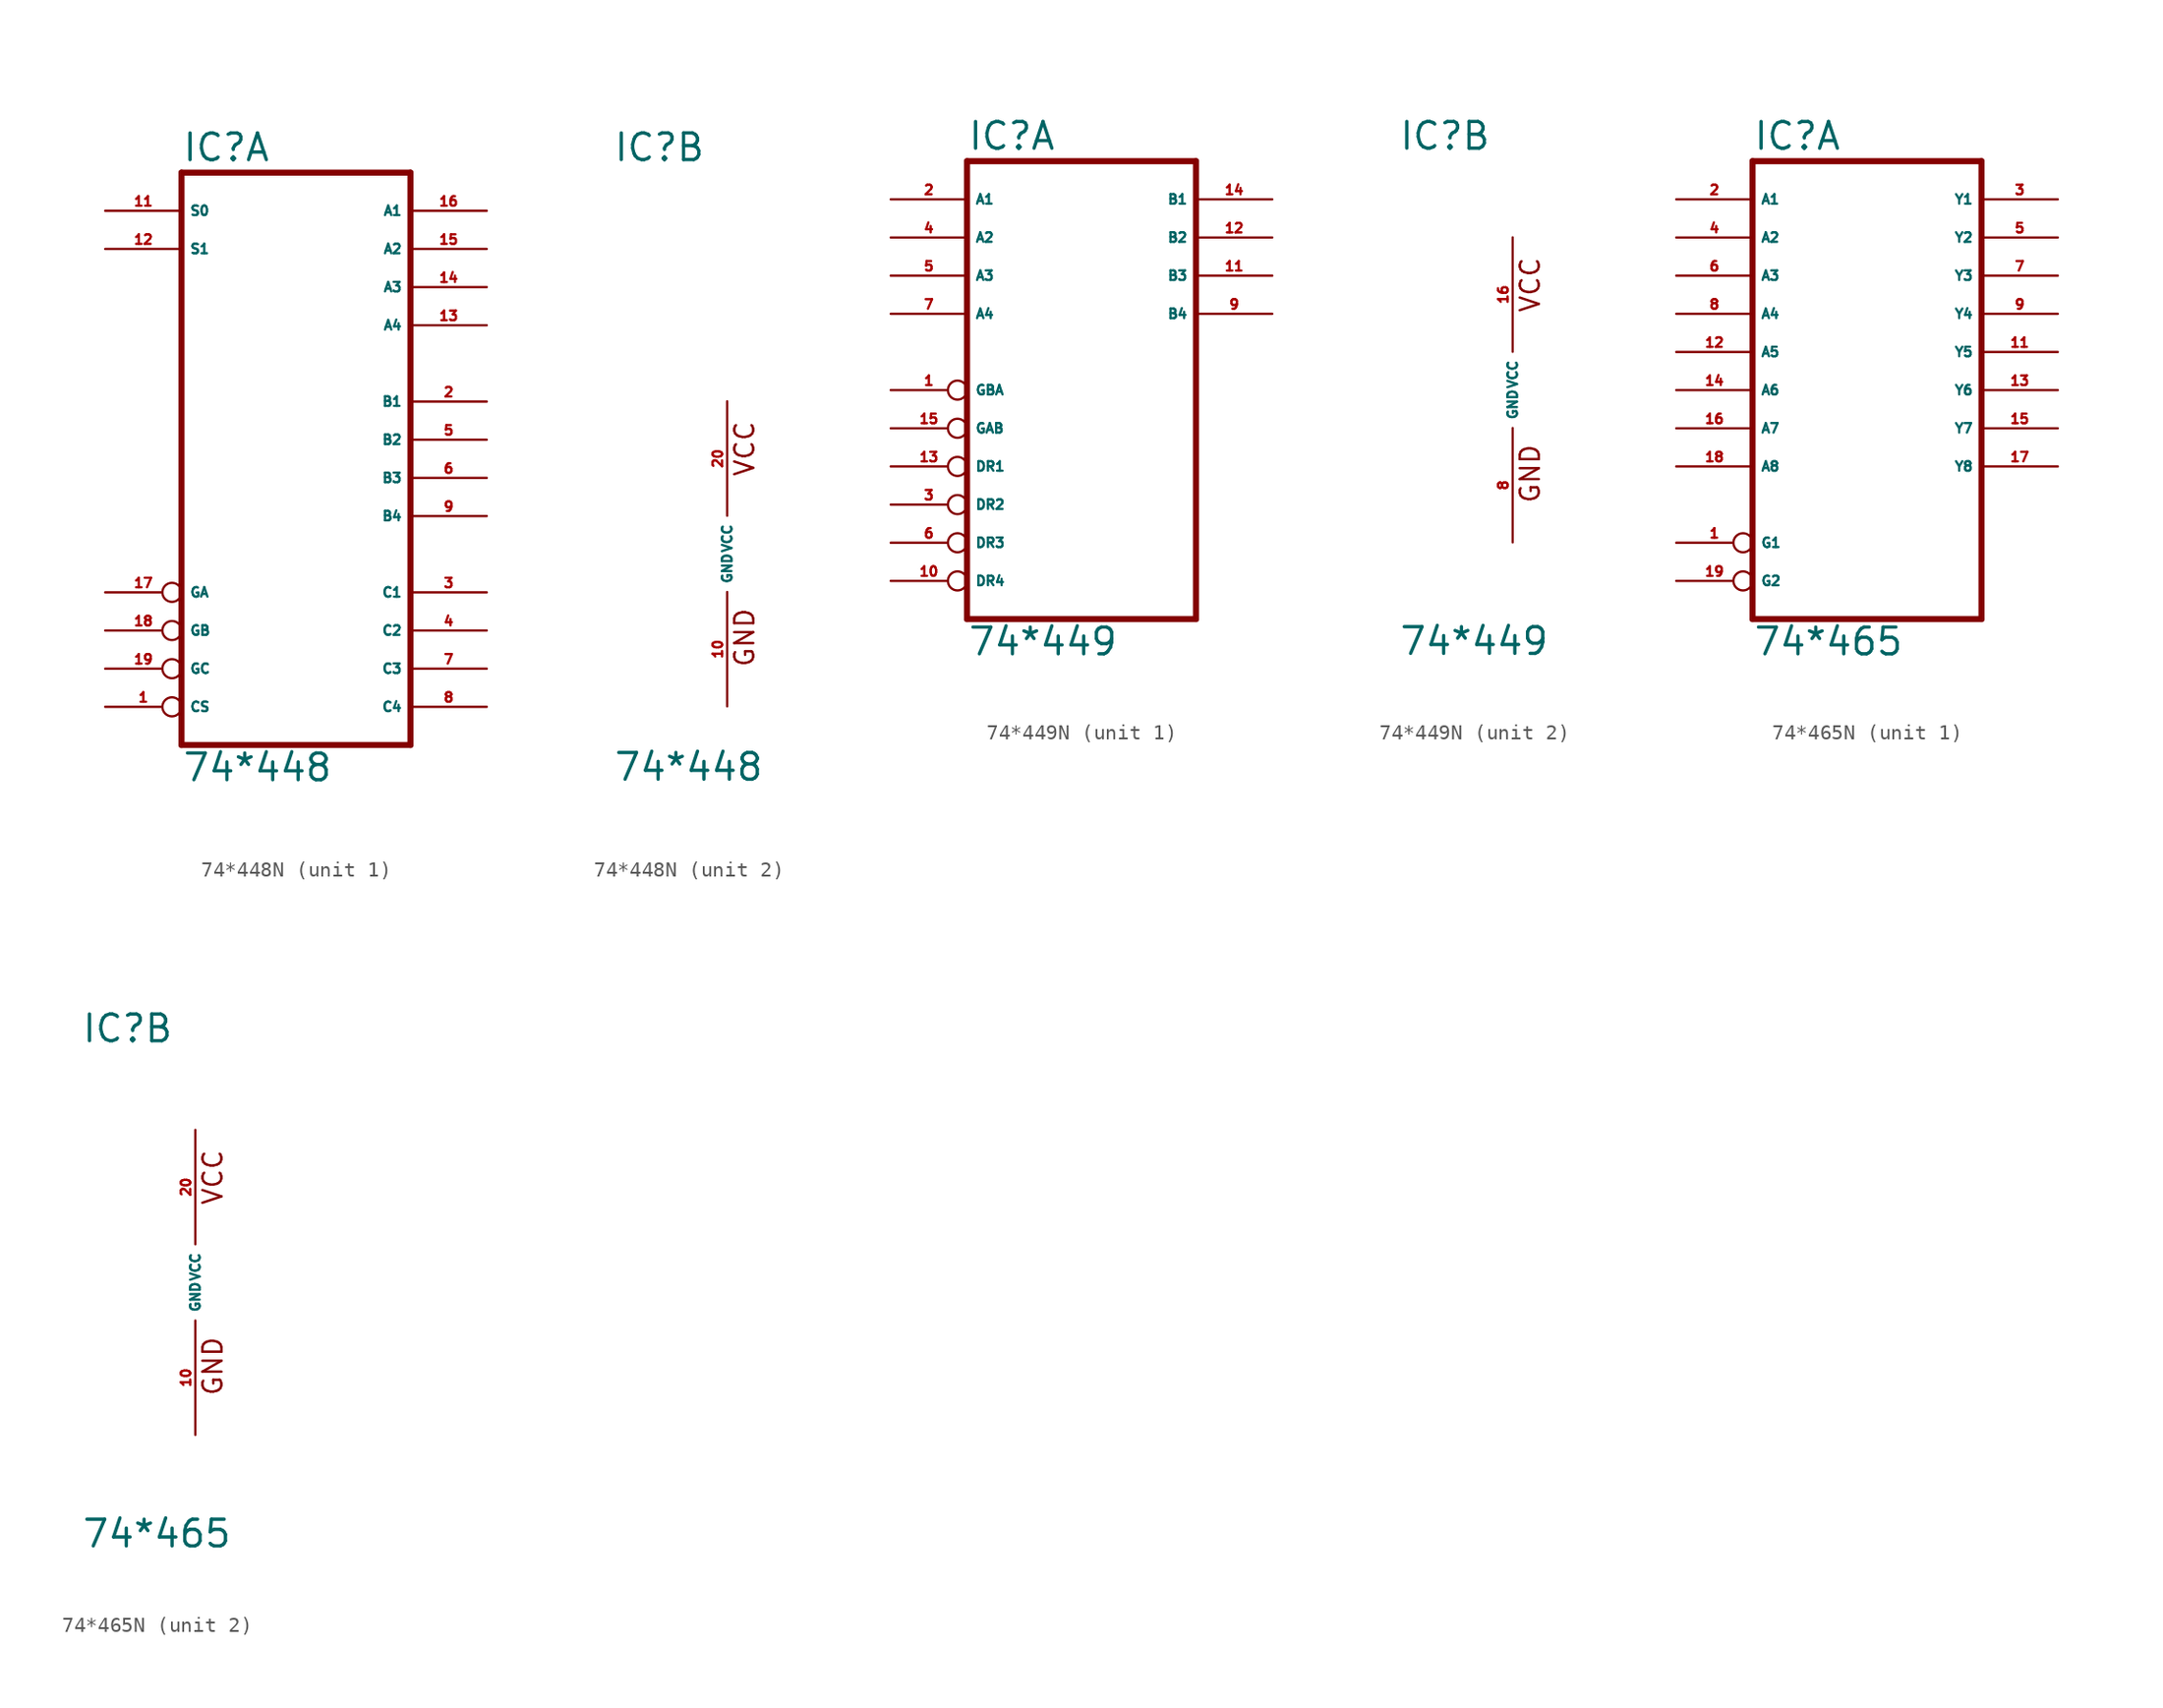
<source format=kicad_sym>
(kicad_symbol_lib
  (version 20220914)
  (generator Eagle2Kicad)
  (symbol "74*448N"
    (property "Reference" "IC"
      (at -7.62 26.035 0)
      (effects (font (size 1.778 1.778) (thickness 0.22)) (justify left bottom)))
    (property "Value" "74*448"
      (at -7.62 -15.24 0)
      (effects (font (size 1.778 1.778) (thickness 0.22)) (justify left bottom)))
    (symbol "74*448N_1_0"
      (polyline (pts (xy -7.62 -12.7) (xy 7.62 -12.7)) (stroke (width 0.406) (type default)) (fill (type none)))
      (polyline (pts (xy 7.62 -12.7) (xy 7.62 25.4)) (stroke (width 0.406) (type default)) (fill (type none)))
      (polyline (pts (xy 7.62 25.4) (xy -7.62 25.4)) (stroke (width 0.406) (type default)) (fill (type none)))
      (polyline (pts (xy -7.62 25.4) (xy -7.62 -12.7)) (stroke (width 0.406) (type default)) (fill (type none)))
      (pin input inverted (at -12.7 -10.16 0) (length 5.08) (name "CS" (effects (font (size 0.635 0.635) (thickness 0.08)) (justify left bottom))) (number "1" (effects (font (size 0.635 0.635) (thickness 0.08)) (justify left bottom))))
      (pin bidirectional line (at 12.7 10.16 180) (length 5.08) (name "B1" (effects (font (size 0.635 0.635) (thickness 0.08)) (justify left bottom))) (number "2" (effects (font (size 0.635 0.635) (thickness 0.08)) (justify left bottom))))
      (pin bidirectional line (at 12.7 -2.54 180) (length 5.08) (name "C1" (effects (font (size 0.635 0.635) (thickness 0.08)) (justify left bottom))) (number "3" (effects (font (size 0.635 0.635) (thickness 0.08)) (justify left bottom))))
      (pin bidirectional line (at 12.7 -5.08 180) (length 5.08) (name "C2" (effects (font (size 0.635 0.635) (thickness 0.08)) (justify left bottom))) (number "4" (effects (font (size 0.635 0.635) (thickness 0.08)) (justify left bottom))))
      (pin bidirectional line (at 12.7 7.62 180) (length 5.08) (name "B2" (effects (font (size 0.635 0.635) (thickness 0.08)) (justify left bottom))) (number "5" (effects (font (size 0.635 0.635) (thickness 0.08)) (justify left bottom))))
      (pin bidirectional line (at 12.7 5.08 180) (length 5.08) (name "B3" (effects (font (size 0.635 0.635) (thickness 0.08)) (justify left bottom))) (number "6" (effects (font (size 0.635 0.635) (thickness 0.08)) (justify left bottom))))
      (pin bidirectional line (at 12.7 -7.62 180) (length 5.08) (name "C3" (effects (font (size 0.635 0.635) (thickness 0.08)) (justify left bottom))) (number "7" (effects (font (size 0.635 0.635) (thickness 0.08)) (justify left bottom))))
      (pin bidirectional line (at 12.7 -10.16 180) (length 5.08) (name "C4" (effects (font (size 0.635 0.635) (thickness 0.08)) (justify left bottom))) (number "8" (effects (font (size 0.635 0.635) (thickness 0.08)) (justify left bottom))))
      (pin bidirectional line (at 12.7 2.54 180) (length 5.08) (name "B4" (effects (font (size 0.635 0.635) (thickness 0.08)) (justify left bottom))) (number "9" (effects (font (size 0.635 0.635) (thickness 0.08)) (justify left bottom))))
      (pin input line (at -12.7 22.86 0) (length 5.08) (name "S0" (effects (font (size 0.635 0.635) (thickness 0.08)) (justify left bottom))) (number "11" (effects (font (size 0.635 0.635) (thickness 0.08)) (justify left bottom))))
      (pin input line (at -12.7 20.32 0) (length 5.08) (name "S1" (effects (font (size 0.635 0.635) (thickness 0.08)) (justify left bottom))) (number "12" (effects (font (size 0.635 0.635) (thickness 0.08)) (justify left bottom))))
      (pin bidirectional line (at 12.7 15.24 180) (length 5.08) (name "A4" (effects (font (size 0.635 0.635) (thickness 0.08)) (justify left bottom))) (number "13" (effects (font (size 0.635 0.635) (thickness 0.08)) (justify left bottom))))
      (pin bidirectional line (at 12.7 17.78 180) (length 5.08) (name "A3" (effects (font (size 0.635 0.635) (thickness 0.08)) (justify left bottom))) (number "14" (effects (font (size 0.635 0.635) (thickness 0.08)) (justify left bottom))))
      (pin bidirectional line (at 12.7 20.32 180) (length 5.08) (name "A2" (effects (font (size 0.635 0.635) (thickness 0.08)) (justify left bottom))) (number "15" (effects (font (size 0.635 0.635) (thickness 0.08)) (justify left bottom))))
      (pin bidirectional line (at 12.7 22.86 180) (length 5.08) (name "A1" (effects (font (size 0.635 0.635) (thickness 0.08)) (justify left bottom))) (number "16" (effects (font (size 0.635 0.635) (thickness 0.08)) (justify left bottom))))
      (pin input inverted (at -12.7 -2.54 0) (length 5.08) (name "GA" (effects (font (size 0.635 0.635) (thickness 0.08)) (justify left bottom))) (number "17" (effects (font (size 0.635 0.635) (thickness 0.08)) (justify left bottom))))
      (pin input inverted (at -12.7 -5.08 0) (length 5.08) (name "GB" (effects (font (size 0.635 0.635) (thickness 0.08)) (justify left bottom))) (number "18" (effects (font (size 0.635 0.635) (thickness 0.08)) (justify left bottom))))
      (pin input inverted (at -12.7 -7.62 0) (length 5.08) (name "GC" (effects (font (size 0.635 0.635) (thickness 0.08)) (justify left bottom))) (number "19" (effects (font (size 0.635 0.635) (thickness 0.08)) (justify left bottom)))))
    (symbol "74*448N_2_0"
      (text "GND" (at 1.905 -7.62 900) (effects (font (size 1.27 1.27) (thickness 0.16)) (justify left bottom)))
      (text "VCC" (at 1.905 5.08 900) (effects (font (size 1.27 1.27) (thickness 0.16)) (justify left bottom)))
      (pin unspecified line (at 0 -10.16 90) (length 7.62) (name "GND" (effects (font (size 0.635 0.635) (thickness 0.08)) (justify left bottom))) (number "10" (effects (font (size 0.635 0.635) (thickness 0.08)) (justify left bottom))))
      (pin unspecified line (at 0 10.16 270) (length 7.62) (name "VCC" (effects (font (size 0.635 0.635) (thickness 0.08)) (justify left bottom))) (number "20" (effects (font (size 0.635 0.635) (thickness 0.08)) (justify left bottom))))))
  (symbol "74*449N"
    (property "Reference" "IC"
      (at -7.62 15.875 0)
      (effects (font (size 1.778 1.778) (thickness 0.22)) (justify left bottom)))
    (property "Value" "74*449"
      (at -7.62 -17.78 0)
      (effects (font (size 1.778 1.778) (thickness 0.22)) (justify left bottom)))
    (symbol "74*449N_1_0"
      (polyline (pts (xy -7.62 -15.24) (xy 7.62 -15.24)) (stroke (width 0.406) (type default)) (fill (type none)))
      (polyline (pts (xy 7.62 -15.24) (xy 7.62 15.24)) (stroke (width 0.406) (type default)) (fill (type none)))
      (polyline (pts (xy 7.62 15.24) (xy -7.62 15.24)) (stroke (width 0.406) (type default)) (fill (type none)))
      (polyline (pts (xy -7.62 15.24) (xy -7.62 -15.24)) (stroke (width 0.406) (type default)) (fill (type none)))
      (pin input inverted (at -12.7 0 0) (length 5.08) (name "GBA" (effects (font (size 0.635 0.635) (thickness 0.08)) (justify left bottom))) (number "1" (effects (font (size 0.635 0.635) (thickness 0.08)) (justify left bottom))))
      (pin bidirectional line (at -12.7 12.7 0) (length 5.08) (name "A1" (effects (font (size 0.635 0.635) (thickness 0.08)) (justify left bottom))) (number "2" (effects (font (size 0.635 0.635) (thickness 0.08)) (justify left bottom))))
      (pin input inverted (at -12.7 -7.62 0) (length 5.08) (name "DR2" (effects (font (size 0.635 0.635) (thickness 0.08)) (justify left bottom))) (number "3" (effects (font (size 0.635 0.635) (thickness 0.08)) (justify left bottom))))
      (pin bidirectional line (at -12.7 10.16 0) (length 5.08) (name "A2" (effects (font (size 0.635 0.635) (thickness 0.08)) (justify left bottom))) (number "4" (effects (font (size 0.635 0.635) (thickness 0.08)) (justify left bottom))))
      (pin bidirectional line (at -12.7 7.62 0) (length 5.08) (name "A3" (effects (font (size 0.635 0.635) (thickness 0.08)) (justify left bottom))) (number "5" (effects (font (size 0.635 0.635) (thickness 0.08)) (justify left bottom))))
      (pin input inverted (at -12.7 -10.16 0) (length 5.08) (name "DR3" (effects (font (size 0.635 0.635) (thickness 0.08)) (justify left bottom))) (number "6" (effects (font (size 0.635 0.635) (thickness 0.08)) (justify left bottom))))
      (pin bidirectional line (at -12.7 5.08 0) (length 5.08) (name "A4" (effects (font (size 0.635 0.635) (thickness 0.08)) (justify left bottom))) (number "7" (effects (font (size 0.635 0.635) (thickness 0.08)) (justify left bottom))))
      (pin bidirectional line (at 12.7 5.08 180) (length 5.08) (name "B4" (effects (font (size 0.635 0.635) (thickness 0.08)) (justify left bottom))) (number "9" (effects (font (size 0.635 0.635) (thickness 0.08)) (justify left bottom))))
      (pin input inverted (at -12.7 -12.7 0) (length 5.08) (name "DR4" (effects (font (size 0.635 0.635) (thickness 0.08)) (justify left bottom))) (number "10" (effects (font (size 0.635 0.635) (thickness 0.08)) (justify left bottom))))
      (pin bidirectional line (at 12.7 7.62 180) (length 5.08) (name "B3" (effects (font (size 0.635 0.635) (thickness 0.08)) (justify left bottom))) (number "11" (effects (font (size 0.635 0.635) (thickness 0.08)) (justify left bottom))))
      (pin bidirectional line (at 12.7 10.16 180) (length 5.08) (name "B2" (effects (font (size 0.635 0.635) (thickness 0.08)) (justify left bottom))) (number "12" (effects (font (size 0.635 0.635) (thickness 0.08)) (justify left bottom))))
      (pin input inverted (at -12.7 -5.08 0) (length 5.08) (name "DR1" (effects (font (size 0.635 0.635) (thickness 0.08)) (justify left bottom))) (number "13" (effects (font (size 0.635 0.635) (thickness 0.08)) (justify left bottom))))
      (pin bidirectional line (at 12.7 12.7 180) (length 5.08) (name "B1" (effects (font (size 0.635 0.635) (thickness 0.08)) (justify left bottom))) (number "14" (effects (font (size 0.635 0.635) (thickness 0.08)) (justify left bottom))))
      (pin input inverted (at -12.7 -2.54 0) (length 5.08) (name "GAB" (effects (font (size 0.635 0.635) (thickness 0.08)) (justify left bottom))) (number "15" (effects (font (size 0.635 0.635) (thickness 0.08)) (justify left bottom)))))
    (symbol "74*449N_2_0"
      (text "GND" (at 1.905 -7.62 900) (effects (font (size 1.27 1.27) (thickness 0.16)) (justify left bottom)))
      (text "VCC" (at 1.905 5.08 900) (effects (font (size 1.27 1.27) (thickness 0.16)) (justify left bottom)))
      (pin unspecified line (at 0 -10.16 90) (length 7.62) (name "GND" (effects (font (size 0.635 0.635) (thickness 0.08)) (justify left bottom))) (number "8" (effects (font (size 0.635 0.635) (thickness 0.08)) (justify left bottom))))
      (pin unspecified line (at 0 10.16 270) (length 7.62) (name "VCC" (effects (font (size 0.635 0.635) (thickness 0.08)) (justify left bottom))) (number "16" (effects (font (size 0.635 0.635) (thickness 0.08)) (justify left bottom))))))
  (symbol "74*465N"
    (property "Reference" "IC"
      (at -7.62 15.875 0)
      (effects (font (size 1.778 1.778) (thickness 0.22)) (justify left bottom)))
    (property "Value" "74*465"
      (at -7.62 -17.78 0)
      (effects (font (size 1.778 1.778) (thickness 0.22)) (justify left bottom)))
    (symbol "74*465N_1_0"
      (polyline (pts (xy -7.62 -15.24) (xy 7.62 -15.24)) (stroke (width 0.406) (type default)) (fill (type none)))
      (polyline (pts (xy 7.62 -15.24) (xy 7.62 15.24)) (stroke (width 0.406) (type default)) (fill (type none)))
      (polyline (pts (xy 7.62 15.24) (xy -7.62 15.24)) (stroke (width 0.406) (type default)) (fill (type none)))
      (polyline (pts (xy -7.62 15.24) (xy -7.62 -15.24)) (stroke (width 0.406) (type default)) (fill (type none)))
      (pin input inverted (at -12.7 -10.16 0) (length 5.08) (name "G1" (effects (font (size 0.635 0.635) (thickness 0.08)) (justify left bottom))) (number "1" (effects (font (size 0.635 0.635) (thickness 0.08)) (justify left bottom))))
      (pin input line (at -12.7 12.7 0) (length 5.08) (name "A1" (effects (font (size 0.635 0.635) (thickness 0.08)) (justify left bottom))) (number "2" (effects (font (size 0.635 0.635) (thickness 0.08)) (justify left bottom))))
      (pin tri_state line (at 12.7 12.7 180) (length 5.08) (name "Y1" (effects (font (size 0.635 0.635) (thickness 0.08)) (justify left bottom))) (number "3" (effects (font (size 0.635 0.635) (thickness 0.08)) (justify left bottom))))
      (pin input line (at -12.7 10.16 0) (length 5.08) (name "A2" (effects (font (size 0.635 0.635) (thickness 0.08)) (justify left bottom))) (number "4" (effects (font (size 0.635 0.635) (thickness 0.08)) (justify left bottom))))
      (pin tri_state line (at 12.7 10.16 180) (length 5.08) (name "Y2" (effects (font (size 0.635 0.635) (thickness 0.08)) (justify left bottom))) (number "5" (effects (font (size 0.635 0.635) (thickness 0.08)) (justify left bottom))))
      (pin input line (at -12.7 7.62 0) (length 5.08) (name "A3" (effects (font (size 0.635 0.635) (thickness 0.08)) (justify left bottom))) (number "6" (effects (font (size 0.635 0.635) (thickness 0.08)) (justify left bottom))))
      (pin tri_state line (at 12.7 7.62 180) (length 5.08) (name "Y3" (effects (font (size 0.635 0.635) (thickness 0.08)) (justify left bottom))) (number "7" (effects (font (size 0.635 0.635) (thickness 0.08)) (justify left bottom))))
      (pin input line (at -12.7 5.08 0) (length 5.08) (name "A4" (effects (font (size 0.635 0.635) (thickness 0.08)) (justify left bottom))) (number "8" (effects (font (size 0.635 0.635) (thickness 0.08)) (justify left bottom))))
      (pin tri_state line (at 12.7 5.08 180) (length 5.08) (name "Y4" (effects (font (size 0.635 0.635) (thickness 0.08)) (justify left bottom))) (number "9" (effects (font (size 0.635 0.635) (thickness 0.08)) (justify left bottom))))
      (pin tri_state line (at 12.7 2.54 180) (length 5.08) (name "Y5" (effects (font (size 0.635 0.635) (thickness 0.08)) (justify left bottom))) (number "11" (effects (font (size 0.635 0.635) (thickness 0.08)) (justify left bottom))))
      (pin input line (at -12.7 2.54 0) (length 5.08) (name "A5" (effects (font (size 0.635 0.635) (thickness 0.08)) (justify left bottom))) (number "12" (effects (font (size 0.635 0.635) (thickness 0.08)) (justify left bottom))))
      (pin tri_state line (at 12.7 0 180) (length 5.08) (name "Y6" (effects (font (size 0.635 0.635) (thickness 0.08)) (justify left bottom))) (number "13" (effects (font (size 0.635 0.635) (thickness 0.08)) (justify left bottom))))
      (pin input line (at -12.7 0 0) (length 5.08) (name "A6" (effects (font (size 0.635 0.635) (thickness 0.08)) (justify left bottom))) (number "14" (effects (font (size 0.635 0.635) (thickness 0.08)) (justify left bottom))))
      (pin tri_state line (at 12.7 -2.54 180) (length 5.08) (name "Y7" (effects (font (size 0.635 0.635) (thickness 0.08)) (justify left bottom))) (number "15" (effects (font (size 0.635 0.635) (thickness 0.08)) (justify left bottom))))
      (pin input line (at -12.7 -2.54 0) (length 5.08) (name "A7" (effects (font (size 0.635 0.635) (thickness 0.08)) (justify left bottom))) (number "16" (effects (font (size 0.635 0.635) (thickness 0.08)) (justify left bottom))))
      (pin tri_state line (at 12.7 -5.08 180) (length 5.08) (name "Y8" (effects (font (size 0.635 0.635) (thickness 0.08)) (justify left bottom))) (number "17" (effects (font (size 0.635 0.635) (thickness 0.08)) (justify left bottom))))
      (pin input line (at -12.7 -5.08 0) (length 5.08) (name "A8" (effects (font (size 0.635 0.635) (thickness 0.08)) (justify left bottom))) (number "18" (effects (font (size 0.635 0.635) (thickness 0.08)) (justify left bottom))))
      (pin input inverted (at -12.7 -12.7 0) (length 5.08) (name "G2" (effects (font (size 0.635 0.635) (thickness 0.08)) (justify left bottom))) (number "19" (effects (font (size 0.635 0.635) (thickness 0.08)) (justify left bottom)))))
    (symbol "74*465N_2_0"
      (text "GND" (at 1.905 -7.62 900) (effects (font (size 1.27 1.27) (thickness 0.16)) (justify left bottom)))
      (text "VCC" (at 1.905 5.08 900) (effects (font (size 1.27 1.27) (thickness 0.16)) (justify left bottom)))
      (pin unspecified line (at 0 -10.16 90) (length 7.62) (name "GND" (effects (font (size 0.635 0.635) (thickness 0.08)) (justify left bottom))) (number "10" (effects (font (size 0.635 0.635) (thickness 0.08)) (justify left bottom))))
      (pin unspecified line (at 0 10.16 270) (length 7.62) (name "VCC" (effects (font (size 0.635 0.635) (thickness 0.08)) (justify left bottom))) (number "20" (effects (font (size 0.635 0.635) (thickness 0.08)) (justify left bottom)))))))
</source>
